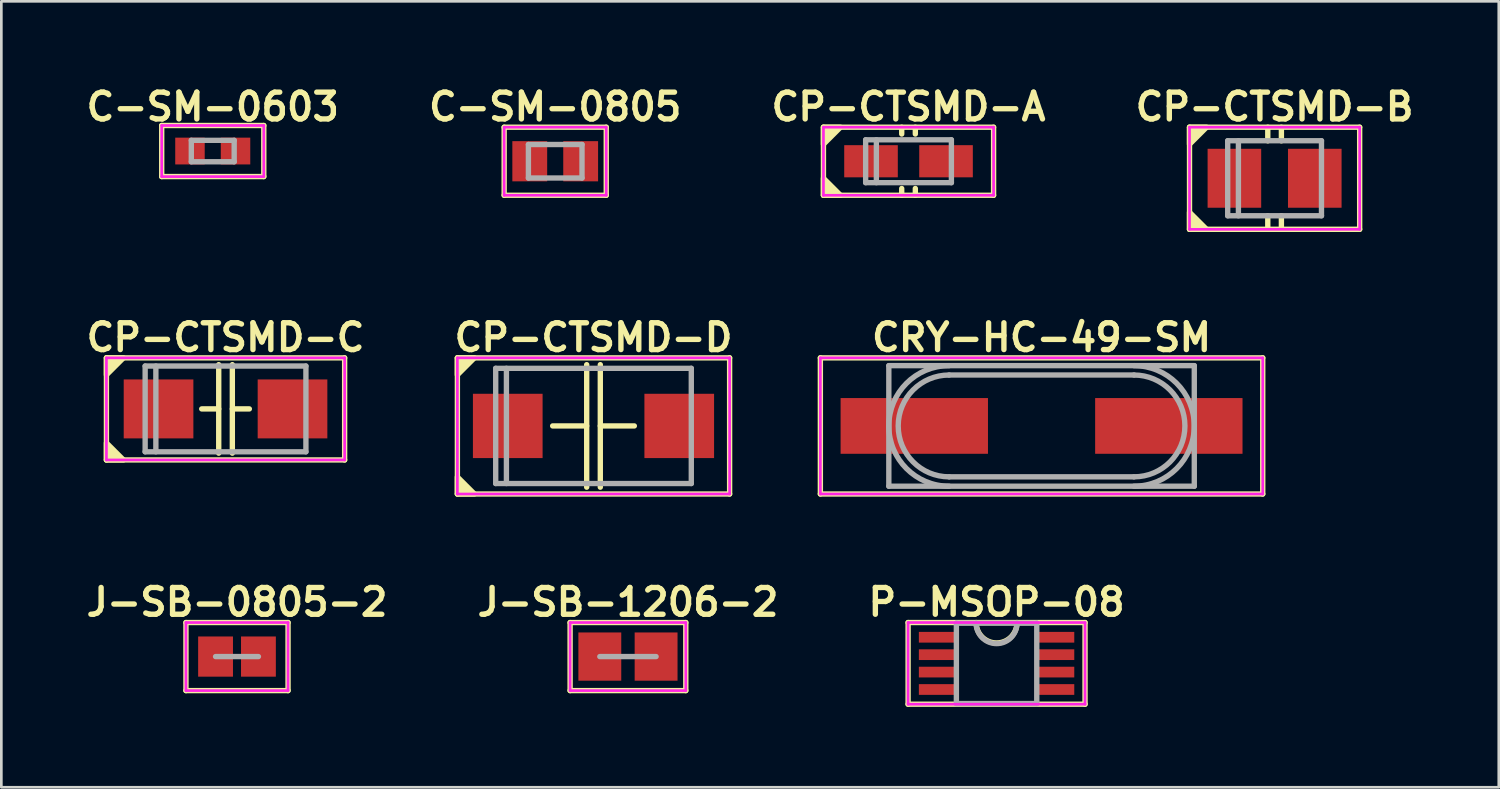
<source format=kicad_pcb>
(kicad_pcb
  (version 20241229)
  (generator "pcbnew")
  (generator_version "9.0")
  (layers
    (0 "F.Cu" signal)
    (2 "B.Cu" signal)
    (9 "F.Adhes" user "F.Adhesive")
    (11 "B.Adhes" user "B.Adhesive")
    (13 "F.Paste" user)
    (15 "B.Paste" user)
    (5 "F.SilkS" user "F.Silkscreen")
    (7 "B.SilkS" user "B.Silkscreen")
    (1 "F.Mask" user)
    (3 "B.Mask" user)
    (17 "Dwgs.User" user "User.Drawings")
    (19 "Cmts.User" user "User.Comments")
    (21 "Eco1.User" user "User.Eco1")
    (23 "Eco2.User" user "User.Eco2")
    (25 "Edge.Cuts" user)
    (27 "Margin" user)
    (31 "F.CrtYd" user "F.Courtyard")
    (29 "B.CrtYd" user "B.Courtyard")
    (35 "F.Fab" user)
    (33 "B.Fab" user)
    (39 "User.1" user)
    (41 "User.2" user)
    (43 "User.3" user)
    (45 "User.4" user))
  (footprint "C-SM-0805"
    (layer "F.Cu")
    (at 17.671 2.968)
    (property "Reference" "C-SM-0805" (at 0 -2.032 0) (layer "F.SilkS") (effects (font (size 1 1) (thickness 0.2))))
    (attr through_hole)
    (fp_line (start -1.905 -1.27) (end 1.905 -1.27) (stroke (width 0.2) (type solid)) (layer "F.SilkS"))
    (fp_line (start -1.905 1.27) (end -1.905 -1.27) (stroke (width 0.2) (type solid)) (layer "F.SilkS"))
    (fp_line (start -1.905 1.27) (end 1.905 1.27) (stroke (width 0.2) (type solid)) (layer "F.SilkS"))
    (fp_line (start 1.905 -1.27) (end 1.905 1.27) (stroke (width 0.2) (type solid)) (layer "F.SilkS"))
    (fp_line (start -1.905 -1.27) (end 1.905 -1.27) (stroke (width 0.1) (type solid)) (layer "F.CrtYd"))
    (fp_line (start -1.905 1.27) (end -1.905 -1.27) (stroke (width 0.1) (type solid)) (layer "F.CrtYd"))
    (fp_line (start 1.905 -1.27) (end 1.905 1.27) (stroke (width 0.1) (type solid)) (layer "F.CrtYd"))
    (fp_line (start 1.905 1.27) (end -1.905 1.27) (stroke (width 0.1) (type solid)) (layer "F.CrtYd"))
    (fp_line (start -1 -0.625) (end -1 0.625) (stroke (width 0.2) (type solid)) (layer "F.Fab"))
    (fp_line (start -1 -0.625) (end 1 -0.625) (stroke (width 0.2) (type solid)) (layer "F.Fab"))
    (fp_line (start -1 0.625) (end 1 0.625) (stroke (width 0.2) (type solid)) (layer "F.Fab"))
    (fp_line (start 1 -0.625) (end 1 0.625) (stroke (width 0.2) (type solid)) (layer "F.Fab"))
    (pad "1" smd rect (at -0.95 0) (size 1.3 1.5) (layers "F.Cu" "F.Mask"))
    (pad "2" smd rect (at 0.95 0) (size 1.3 1.5) (layers "F.Cu" "F.Mask")))
  (footprint "P-MSOP-08"
    (layer "F.Cu")
    (at 34.143 21.708)
    (property "Reference" "P-MSOP-08" (at 0 -2.286 0) (layer "F.SilkS") (effects (font (size 1 1) (thickness 0.2))))
    (attr through_hole)
    (fp_line (start -3.302 -1.524) (end -3.302 1.524) (stroke (width 0.2) (type solid)) (layer "F.SilkS"))
    (fp_line (start -3.302 -1.524) (end 3.302 -1.524) (stroke (width 0.2) (type solid)) (layer "F.SilkS"))
    (fp_line (start -3.302 1.524) (end 3.302 1.524) (stroke (width 0.2) (type solid)) (layer "F.SilkS"))
    (fp_line (start 3.302 -1.524) (end 3.302 1.524) (stroke (width 0.2) (type solid)) (layer "F.SilkS"))
    (fp_arc (start 0.762 -1.524) (mid 0 -0.762) (end -0.762 -1.524) (stroke (width 0.2) (type solid)) (layer "F.SilkS"))
    (fp_line (start -3.302 -1.524) (end -3.302 1.524) (stroke (width 0.1) (type solid)) (layer "F.CrtYd"))
    (fp_line (start -3.302 -1.524) (end 3.302 -1.524) (stroke (width 0.1) (type solid)) (layer "F.CrtYd"))
    (fp_line (start -3.302 1.524) (end 3.302 1.524) (stroke (width 0.1) (type solid)) (layer "F.CrtYd"))
    (fp_line (start 3.302 -1.524) (end 3.302 1.524) (stroke (width 0.1) (type solid)) (layer "F.CrtYd"))
    (fp_line (start -1.5 -1.5) (end -1.5 1.5) (stroke (width 0.2) (type solid)) (layer "F.Fab"))
    (fp_line (start -1.5 -1.5) (end 1.5 -1.5) (stroke (width 0.2) (type solid)) (layer "F.Fab"))
    (fp_line (start -1.5 1.5) (end 1.5 1.5) (stroke (width 0.2) (type solid)) (layer "F.Fab"))
    (fp_line (start 1.5 -1.5) (end 1.5 1.5) (stroke (width 0.2) (type solid)) (layer "F.Fab"))
    (fp_arc (start 0.762 -1.5) (mid 0 -0.738) (end -0.762 -1.5) (stroke (width 0.2) (type solid)) (layer "F.Fab"))
    (pad "1" smd rect (at -2.2 -0.975) (size 1.4 0.4) (layers "F.Cu" "F.Mask"))
    (pad "2" smd rect (at -2.2 -0.325) (size 1.4 0.4) (layers "F.Cu" "F.Mask"))
    (pad "3" smd rect (at -2.2 0.325) (size 1.4 0.4) (layers "F.Cu" "F.Mask"))
    (pad "4" smd rect (at -2.2 0.975) (size 1.4 0.4) (layers "F.Cu" "F.Mask"))
    (pad "5" smd rect (at 2.2 0.975) (size 1.4 0.4) (layers "F.Cu" "F.Mask"))
    (pad "6" smd rect (at 2.2 0.325) (size 1.4 0.4) (layers "F.Cu" "F.Mask"))
    (pad "7" smd rect (at 2.2 -0.325) (size 1.4 0.4) (layers "F.Cu" "F.Mask"))
    (pad "8" smd rect (at 2.2 -0.975) (size 1.4 0.4) (layers "F.Cu" "F.Mask")))
  (footprint "J-SB-1206-2"
    (layer "F.Cu")
    (at 20.386 21.454)
    (property "Reference" "J-SB-1206-2" (at 0 -2.032 0) (layer "F.SilkS") (effects (font (size 1 1) (thickness 0.2))))
    (attr through_hole)
    (fp_line (start -2.159 -1.27) (end -2.159 1.27) (stroke (width 0.2) (type solid)) (layer "F.SilkS"))
    (fp_line (start -2.159 -1.27) (end 2.159 -1.27) (stroke (width 0.2) (type solid)) (layer "F.SilkS"))
    (fp_line (start -2.159 1.27) (end 2.159 1.27) (stroke (width 0.2) (type solid)) (layer "F.SilkS"))
    (fp_line (start 2.159 -1.27) (end 2.159 1.27) (stroke (width 0.2) (type solid)) (layer "F.SilkS"))
    (fp_line (start -2.159 -1.27) (end -2.159 1.27) (stroke (width 0.1) (type solid)) (layer "F.CrtYd"))
    (fp_line (start -2.159 -1.27) (end 2.159 -1.27) (stroke (width 0.1) (type solid)) (layer "F.CrtYd"))
    (fp_line (start -2.159 1.27) (end 2.159 1.27) (stroke (width 0.1) (type solid)) (layer "F.CrtYd"))
    (fp_line (start 2.159 -1.27) (end 2.159 1.27) (stroke (width 0.1) (type solid)) (layer "F.CrtYd"))
    (fp_line (start -1.05 0) (end 1.05 0) (stroke (width 0.2) (type solid)) (layer "F.Fab"))
    (pad "1" smd rect (at -1.05 0) (size 1.6 1.8) (layers "F.Cu" "F.Mask"))
    (pad "2" smd rect (at 1.05 0) (size 1.6 1.8) (layers "F.Cu" "F.Mask")))
  (footprint "CP-CTSMD-D"
    (layer "F.Cu")
    (at 19.1 12.846)
    (property "Reference" "CP-CTSMD-D" (at 0 -3.302 0) (layer "F.SilkS") (effects (font (size 1 1) (thickness 0.2))))
    (attr through_hole)
    (fp_line (start -5.08 -2.54) (end -5.08 2.54) (stroke (width 0.2) (type solid)) (layer "F.SilkS"))
    (fp_line (start -5.08 -2.54) (end 5.08 -2.54) (stroke (width 0.2) (type solid)) (layer "F.SilkS"))
    (fp_line (start -5.08 2.54) (end 5.08 2.54) (stroke (width 0.2) (type solid)) (layer "F.SilkS"))
    (fp_line (start -1.524 0) (end -0.254 0) (stroke (width 0.2) (type solid)) (layer "F.SilkS"))
    (fp_line (start -0.254 -2.286) (end -0.254 2.286) (stroke (width 0.2) (type solid)) (layer "F.SilkS"))
    (fp_line (start 0.254 -2.286) (end 0.254 2.286) (stroke (width 0.2) (type solid)) (layer "F.SilkS"))
    (fp_line (start 0.254 0) (end 1.524 0) (stroke (width 0.2) (type solid)) (layer "F.SilkS"))
    (fp_line (start 5.08 -2.54) (end 5.08 2.54) (stroke (width 0.2) (type solid)) (layer "F.SilkS"))
    (fp_poly (pts (xy -5.08 -1.905) (xy -5.08 -2.54) (xy -4.445 -2.54)) (stroke (width 0.2) (type solid)) (fill yes) (layer "F.SilkS"))
    (fp_poly (pts (xy -4.445 2.54) (xy -5.08 2.54) (xy -5.08 1.905)) (stroke (width 0.2) (type solid)) (fill yes) (layer "F.SilkS"))
    (fp_line (start -5.08 -2.54) (end -5.08 2.54) (stroke (width 0.1) (type solid)) (layer "F.CrtYd"))
    (fp_line (start -5.08 -2.54) (end 5.08 -2.54) (stroke (width 0.1) (type solid)) (layer "F.CrtYd"))
    (fp_line (start -5.08 2.54) (end 5.08 2.54) (stroke (width 0.1) (type solid)) (layer "F.CrtYd"))
    (fp_line (start 5.08 -2.54) (end 5.08 2.54) (stroke (width 0.1) (type solid)) (layer "F.CrtYd"))
    (fp_line (start -3.65 -2.15) (end -3.65 2.15) (stroke (width 0.2) (type solid)) (layer "F.Fab"))
    (fp_line (start -3.65 -2.15) (end 3.65 -2.15) (stroke (width 0.2) (type solid)) (layer "F.Fab"))
    (fp_line (start -3.65 2.15) (end 3.65 2.15) (stroke (width 0.2) (type solid)) (layer "F.Fab"))
    (fp_line (start -3.25 -2.15) (end -3.25 2.15) (stroke (width 0.2) (type solid)) (layer "F.Fab"))
    (fp_line (start 3.65 -2.15) (end 3.65 2.15) (stroke (width 0.2) (type solid)) (layer "F.Fab"))
    (pad "+" smd rect (at -3.2 0) (size 2.6 2.4) (layers "F.Cu" "F.Mask"))
    (pad "-" smd rect (at 3.2 0) (size 2.6 2.4) (layers "F.Cu" "F.Mask")))
  (footprint "CP-CTSMD-C"
    (layer "F.Cu")
    (at 5.367 12.211)
    (property "Reference" "CP-CTSMD-C" (at 0 -2.667 0) (layer "F.SilkS") (effects (font (size 1 1) (thickness 0.2))))
    (attr through_hole)
    (fp_line (start -4.445 -1.905) (end -4.445 1.905) (stroke (width 0.2) (type solid)) (layer "F.SilkS"))
    (fp_line (start -4.445 -1.905) (end 4.445 -1.905) (stroke (width 0.2) (type solid)) (layer "F.SilkS"))
    (fp_line (start -4.445 1.905) (end 4.445 1.905) (stroke (width 0.2) (type solid)) (layer "F.SilkS"))
    (fp_line (start -0.889 0) (end -0.254 0) (stroke (width 0.2) (type solid)) (layer "F.SilkS"))
    (fp_line (start -0.254 -1.651) (end -0.254 1.651) (stroke (width 0.2) (type solid)) (layer "F.SilkS"))
    (fp_line (start 0.254 -1.651) (end 0.254 1.651) (stroke (width 0.2) (type solid)) (layer "F.SilkS"))
    (fp_line (start 0.254 0) (end 0.889 0) (stroke (width 0.2) (type solid)) (layer "F.SilkS"))
    (fp_line (start 4.445 -1.905) (end 4.445 1.905) (stroke (width 0.2) (type solid)) (layer "F.SilkS"))
    (fp_poly (pts (xy -4.445 -1.27) (xy -4.445 -1.905) (xy -3.81 -1.905)) (stroke (width 0.2) (type solid)) (fill yes) (layer "F.SilkS"))
    (fp_poly (pts (xy -3.81 1.905) (xy -4.445 1.905) (xy -4.445 1.27)) (stroke (width 0.2) (type solid)) (fill yes) (layer "F.SilkS"))
    (fp_line (start -4.445 -1.905) (end -4.445 1.905) (stroke (width 0.1) (type solid)) (layer "F.CrtYd"))
    (fp_line (start -4.445 -1.905) (end 4.445 -1.905) (stroke (width 0.1) (type solid)) (layer "F.CrtYd"))
    (fp_line (start -4.445 1.905) (end 4.445 1.905) (stroke (width 0.1) (type solid)) (layer "F.CrtYd"))
    (fp_line (start 4.445 -1.905) (end 4.445 1.905) (stroke (width 0.1) (type solid)) (layer "F.CrtYd"))
    (fp_line (start -3 -1.6) (end -3 1.6) (stroke (width 0.2) (type solid)) (layer "F.Fab"))
    (fp_line (start -3 -1.6) (end 3 -1.6) (stroke (width 0.2) (type solid)) (layer "F.Fab"))
    (fp_line (start -3 1.6) (end 3 1.6) (stroke (width 0.2) (type solid)) (layer "F.Fab"))
    (fp_line (start -2.6 -1.6) (end -2.6 1.6) (stroke (width 0.2) (type solid)) (layer "F.Fab"))
    (fp_line (start 3 -1.6) (end 3 1.6) (stroke (width 0.2) (type solid)) (layer "F.Fab"))
    (pad "+" smd rect (at -2.5 0) (size 2.6 2.2) (layers "F.Cu" "F.Mask"))
    (pad "-" smd rect (at 2.5 0) (size 2.6 2.2) (layers "F.Cu" "F.Mask")))
  (footprint "CRY-HC-49-SM"
    (layer "F.Cu")
    (at 35.822 12.846)
    (property "Reference" "CRY-HC-49-SM" (at 0 -3.302 0) (layer "F.SilkS") (effects (font (size 1 1) (thickness 0.2))))
    (attr through_hole)
    (fp_line (start -8.255 -2.54) (end -8.255 2.54) (stroke (width 0.2) (type solid)) (layer "F.SilkS"))
    (fp_line (start -8.255 -2.54) (end 8.255 -2.54) (stroke (width 0.2) (type solid)) (layer "F.SilkS"))
    (fp_line (start -8.255 2.54) (end 8.255 2.54) (stroke (width 0.2) (type solid)) (layer "F.SilkS"))
    (fp_line (start 8.255 -2.54) (end 8.255 2.54) (stroke (width 0.2) (type solid)) (layer "F.SilkS"))
    (fp_line (start -8.255 -2.54) (end -8.255 2.54) (stroke (width 0.1) (type solid)) (layer "F.CrtYd"))
    (fp_line (start -8.255 -2.54) (end 8.255 -2.54) (stroke (width 0.1) (type solid)) (layer "F.CrtYd"))
    (fp_line (start -8.255 2.54) (end 8.255 2.54) (stroke (width 0.1) (type solid)) (layer "F.CrtYd"))
    (fp_line (start 8.255 -2.54) (end 8.255 2.54) (stroke (width 0.1) (type solid)) (layer "F.CrtYd"))
    (fp_line (start -5.7 -2.25) (end -5.7 2.25) (stroke (width 0.2) (type solid)) (layer "F.Fab"))
    (fp_line (start -5.7 -2.25) (end 5.7 -2.25) (stroke (width 0.2) (type solid)) (layer "F.Fab"))
    (fp_line (start -5.7 2.25) (end 5.7 2.25) (stroke (width 0.2) (type solid)) (layer "F.Fab"))
    (fp_line (start -3.45 -1.9) (end 3.45 -1.9) (stroke (width 0.2) (type solid)) (layer "F.Fab"))
    (fp_line (start -3.45 1.9) (end 3.45 1.9) (stroke (width 0.2) (type solid)) (layer "F.Fab"))
    (fp_line (start 5.7 -2.25) (end 5.7 2.25) (stroke (width 0.2) (type solid)) (layer "F.Fab"))
    (fp_arc (start -3.45 1.9) (mid -5.35 0) (end -3.45 -1.9) (stroke (width 0.2) (type solid)) (layer "F.Fab"))
    (fp_arc (start -3.45 2.25) (mid -5.7 0) (end -3.45 -2.25) (stroke (width 0.2) (type solid)) (layer "F.Fab"))
    (fp_arc (start 3.45 -2.25) (mid 5.7 0) (end 3.45 2.25) (stroke (width 0.2) (type solid)) (layer "F.Fab"))
    (fp_arc (start 3.45 -1.9) (mid 5.35 0) (end 3.45 1.9) (stroke (width 0.2) (type solid)) (layer "F.Fab"))
    (pad "1" smd rect (at -4.75 0) (size 5.5 2.08) (layers "F.Cu" "F.Mask"))
    (pad "2" smd rect (at 4.75 0) (size 5.5 2.08) (layers "F.Cu" "F.Mask")))
  (footprint "CP-CTSMD-B"
    (layer "F.Cu")
    (at 44.519 3.603)
    (property "Reference" "CP-CTSMD-B" (at 0 -2.667 0) (layer "F.SilkS") (effects (font (size 1 1) (thickness 0.2))))
    (attr through_hole)
    (fp_line (start -3.175 -1.905) (end -3.175 1.905) (stroke (width 0.2) (type solid)) (layer "F.SilkS"))
    (fp_line (start -3.175 -1.905) (end 3.175 -1.905) (stroke (width 0.2) (type solid)) (layer "F.SilkS"))
    (fp_line (start -3.175 1.905) (end 3.175 1.905) (stroke (width 0.2) (type solid)) (layer "F.SilkS"))
    (fp_line (start -0.254 -1.905) (end -0.254 -1.397) (stroke (width 0.2) (type solid)) (layer "F.SilkS"))
    (fp_line (start -0.254 1.397) (end -0.254 1.905) (stroke (width 0.2) (type solid)) (layer "F.SilkS"))
    (fp_line (start 0.254 -1.905) (end 0.254 -1.397) (stroke (width 0.2) (type solid)) (layer "F.SilkS"))
    (fp_line (start 0.254 1.397) (end 0.254 1.905) (stroke (width 0.2) (type solid)) (layer "F.SilkS"))
    (fp_line (start 3.175 -1.905) (end 3.175 1.905) (stroke (width 0.2) (type solid)) (layer "F.SilkS"))
    (fp_poly (pts (xy -3.175 -1.27) (xy -3.175 -1.905) (xy -2.54 -1.905)) (stroke (width 0.2) (type solid)) (fill yes) (layer "F.SilkS"))
    (fp_poly (pts (xy -2.54 1.905) (xy -3.175 1.905) (xy -3.175 1.27)) (stroke (width 0.2) (type solid)) (fill yes) (layer "F.SilkS"))
    (fp_line (start -3.175 -1.905) (end -3.175 1.905) (stroke (width 0.1) (type solid)) (layer "F.CrtYd"))
    (fp_line (start -3.175 -1.905) (end 3.175 -1.905) (stroke (width 0.1) (type solid)) (layer "F.CrtYd"))
    (fp_line (start -3.175 1.905) (end 3.175 1.905) (stroke (width 0.1) (type solid)) (layer "F.CrtYd"))
    (fp_line (start 3.175 -1.905) (end 3.175 1.905) (stroke (width 0.1) (type solid)) (layer "F.CrtYd"))
    (fp_line (start -1.75 -1.4) (end -1.75 1.4) (stroke (width 0.2) (type solid)) (layer "F.Fab"))
    (fp_line (start -1.75 -1.4) (end 1.75 -1.4) (stroke (width 0.2) (type solid)) (layer "F.Fab"))
    (fp_line (start -1.75 1.4) (end 1.75 1.4) (stroke (width 0.2) (type solid)) (layer "F.Fab"))
    (fp_line (start -1.35 -1.4) (end -1.35 1.4) (stroke (width 0.2) (type solid)) (layer "F.Fab"))
    (fp_line (start 1.75 -1.4) (end 1.75 1.4) (stroke (width 0.2) (type solid)) (layer "F.Fab"))
    (pad "+" smd rect (at -1.5 0) (size 2 2.2) (layers "F.Cu" "F.Mask"))
    (pad "-" smd rect (at 1.5 0) (size 2 2.2) (layers "F.Cu" "F.Mask")))
  (footprint "CP-CTSMD-A"
    (layer "F.Cu")
    (at 30.857 2.968)
    (property "Reference" "CP-CTSMD-A" (at 0 -2.032 0) (layer "F.SilkS") (effects (font (size 1 1) (thickness 0.2))))
    (attr through_hole)
    (fp_line (start -3.175 -1.27) (end -3.175 1.27) (stroke (width 0.2) (type solid)) (layer "F.SilkS"))
    (fp_line (start -3.175 -1.27) (end 3.175 -1.27) (stroke (width 0.2) (type solid)) (layer "F.SilkS"))
    (fp_line (start -3.175 1.27) (end 3.175 1.27) (stroke (width 0.2) (type solid)) (layer "F.SilkS"))
    (fp_line (start -0.254 -1.27) (end -0.254 -1.016) (stroke (width 0.2) (type solid)) (layer "F.SilkS"))
    (fp_line (start -0.254 1.016) (end -0.254 1.27) (stroke (width 0.2) (type solid)) (layer "F.SilkS"))
    (fp_line (start 0.254 -1.27) (end 0.254 -1.016) (stroke (width 0.2) (type solid)) (layer "F.SilkS"))
    (fp_line (start 0.254 1.016) (end 0.254 1.27) (stroke (width 0.2) (type solid)) (layer "F.SilkS"))
    (fp_line (start 3.175 -1.27) (end 3.175 1.27) (stroke (width 0.2) (type solid)) (layer "F.SilkS"))
    (fp_poly (pts (xy -3.175 -0.635) (xy -3.175 -1.27) (xy -2.54 -1.27)) (stroke (width 0.2) (type solid)) (fill yes) (layer "F.SilkS"))
    (fp_poly (pts (xy -2.54 1.27) (xy -3.175 1.27) (xy -3.175 0.635)) (stroke (width 0.2) (type solid)) (fill yes) (layer "F.SilkS"))
    (fp_line (start -3.175 -1.27) (end -3.175 1.27) (stroke (width 0.1) (type solid)) (layer "F.CrtYd"))
    (fp_line (start -3.175 -1.27) (end 3.175 -1.27) (stroke (width 0.1) (type solid)) (layer "F.CrtYd"))
    (fp_line (start -3.175 1.27) (end 3.175 1.27) (stroke (width 0.1) (type solid)) (layer "F.CrtYd"))
    (fp_line (start 3.175 -1.27) (end 3.175 1.27) (stroke (width 0.1) (type solid)) (layer "F.CrtYd"))
    (fp_line (start -1.6 -0.8) (end -1.6 0.8) (stroke (width 0.2) (type solid)) (layer "F.Fab"))
    (fp_line (start -1.6 -0.8) (end 1.6 -0.8) (stroke (width 0.2) (type solid)) (layer "F.Fab"))
    (fp_line (start -1.6 0.8) (end 1.6 0.8) (stroke (width 0.2) (type solid)) (layer "F.Fab"))
    (fp_line (start -1.2 -0.8) (end -1.2 0.8) (stroke (width 0.2) (type solid)) (layer "F.Fab"))
    (fp_line (start 1.6 -0.8) (end 1.6 0.8) (stroke (width 0.2) (type solid)) (layer "F.Fab"))
    (pad "+" smd rect (at -1.4 0) (size 2 1.2) (layers "F.Cu" "F.Mask"))
    (pad "-" smd rect (at 1.4 0) (size 2 1.2) (layers "F.Cu" "F.Mask")))
  (footprint "C-SM-0603"
    (layer "F.Cu")
    (at 4.89 2.587)
    (property "Reference" "C-SM-0603" (at 0 -1.651 0) (layer "F.SilkS") (effects (font (size 1 1) (thickness 0.2))))
    (attr through_hole)
    (fp_line (start -1.905 -0.953) (end 1.905 -0.953) (stroke (width 0.2) (type solid)) (layer "F.SilkS"))
    (fp_line (start -1.905 0.953) (end -1.905 -0.953) (stroke (width 0.2) (type solid)) (layer "F.SilkS"))
    (fp_line (start -1.905 0.953) (end 1.905 0.953) (stroke (width 0.2) (type solid)) (layer "F.SilkS"))
    (fp_line (start 1.905 -0.953) (end 1.905 0.953) (stroke (width 0.2) (type solid)) (layer "F.SilkS"))
    (fp_line (start -1.905 -0.953) (end 1.905 -0.953) (stroke (width 0.1) (type solid)) (layer "F.CrtYd"))
    (fp_line (start -1.905 0.953) (end -1.905 -0.953) (stroke (width 0.1) (type solid)) (layer "F.CrtYd"))
    (fp_line (start 1.905 -0.953) (end 1.905 0.953) (stroke (width 0.1) (type solid)) (layer "F.CrtYd"))
    (fp_line (start 1.905 0.953) (end -1.905 0.953) (stroke (width 0.1) (type solid)) (layer "F.CrtYd"))
    (fp_line (start -0.8 -0.4) (end -0.8 0.4) (stroke (width 0.2) (type solid)) (layer "F.Fab"))
    (fp_line (start -0.8 -0.4) (end 0.8 -0.4) (stroke (width 0.2) (type solid)) (layer "F.Fab"))
    (fp_line (start -0.8 0.4) (end 0.8 0.4) (stroke (width 0.2) (type solid)) (layer "F.Fab"))
    (fp_line (start 0.8 -0.4) (end 0.8 0.4) (stroke (width 0.2) (type solid)) (layer "F.Fab"))
    (pad "1" smd rect (at -0.85 0) (size 1.1 1) (layers "F.Cu" "F.Mask"))
    (pad "2" smd rect (at 0.85 0) (size 1.1 1) (layers "F.Cu" "F.Mask")))
  (footprint "J-SB-0805-2"
    (layer "F.Cu")
    (at 5.795 21.454)
    (property "Reference" "J-SB-0805-2" (at 0 -2.032 0) (layer "F.SilkS") (effects (font (size 1 1) (thickness 0.2))))
    (attr through_hole)
    (fp_line (start -1.905 -1.27) (end 1.905 -1.27) (stroke (width 0.2) (type solid)) (layer "F.SilkS"))
    (fp_line (start -1.905 1.27) (end -1.905 -1.27) (stroke (width 0.2) (type solid)) (layer "F.SilkS"))
    (fp_line (start -1.905 1.27) (end 1.905 1.27) (stroke (width 0.2) (type solid)) (layer "F.SilkS"))
    (fp_line (start 1.905 -1.27) (end 1.905 1.27) (stroke (width 0.2) (type solid)) (layer "F.SilkS"))
    (fp_line (start -1.905 -1.27) (end 1.905 -1.27) (stroke (width 0.1) (type solid)) (layer "F.CrtYd"))
    (fp_line (start -1.905 1.27) (end -1.905 -1.27) (stroke (width 0.1) (type solid)) (layer "F.CrtYd"))
    (fp_line (start 1.905 -1.27) (end 1.905 1.27) (stroke (width 0.1) (type solid)) (layer "F.CrtYd"))
    (fp_line (start 1.905 1.27) (end -1.905 1.27) (stroke (width 0.1) (type solid)) (layer "F.CrtYd"))
    (fp_line (start -0.8 0) (end 0.8 0) (stroke (width 0.2) (type solid)) (layer "F.Fab"))
    (pad "1" smd rect (at -0.8 0) (size 1.3 1.5) (layers "F.Cu" "F.Mask"))
    (pad "2" smd rect (at 0.8 0) (size 1.3 1.5) (layers "F.Cu" "F.Mask")))
  (gr_rect
    (start -3 -3)
    (end 52.886 26.332)
    (stroke (width 0.1) (type default))
    (fill no)
    (layer "Edge.Cuts")))
</source>
